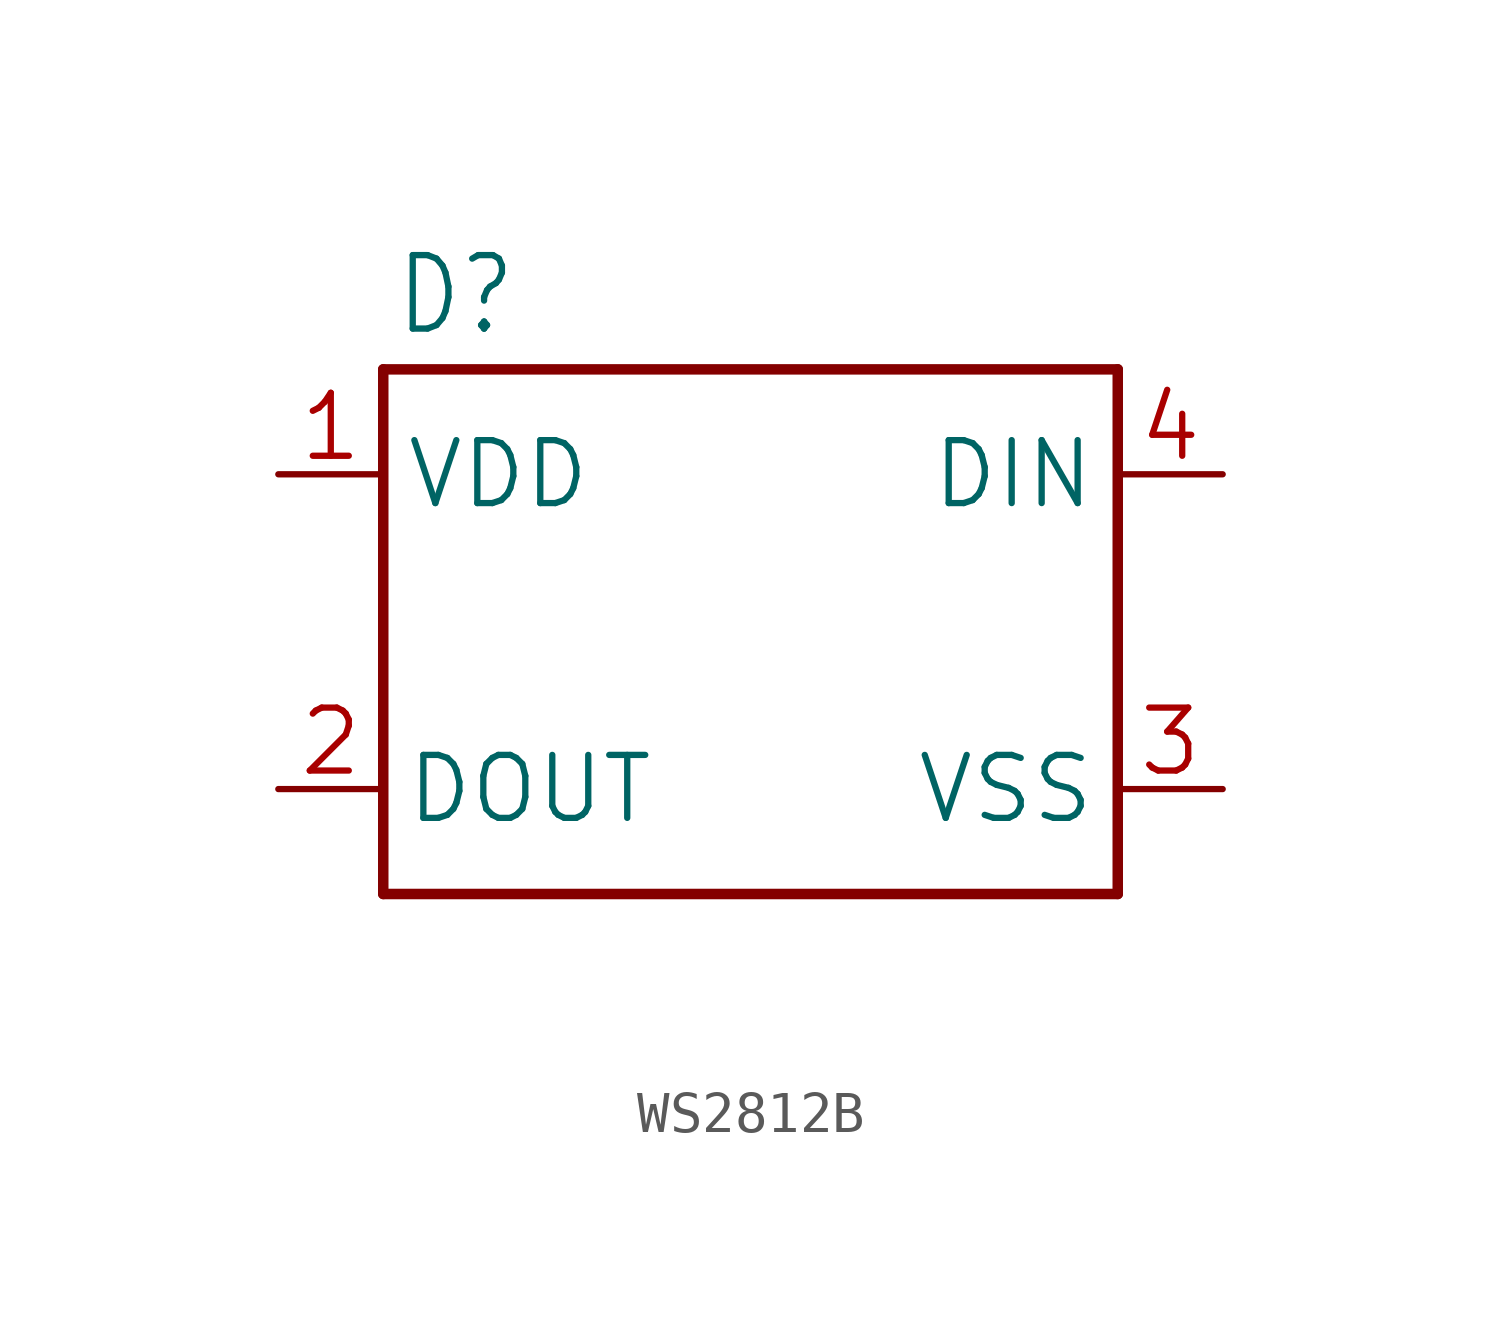
<source format=kicad_sym>
(kicad_symbol_lib
  (version 20241209)
  (generator "kicad_symbol_editor")
  (generator_version "9.0")
  (symbol "WS2812B"
    (property "Reference" "D"
      (at -2.286 8.382 0)
      (effects (font (size 1.778 1.511)) (justify left bottom)))
    (property "Value" ""
      (at -2.54 -7.62 0)
      (effects (font (size 1.778 1.511)) (justify left bottom)))
    (property "ki_locked" ""
      (at 0 0 0)
      (effects (font (size 1.27 1.27))))
    (symbol "WS2812B_1_0"
      (polyline (pts (xy -2.54 7.62) (xy -2.54 -5.08)) (stroke (width 0.254) (type solid)) (fill (type none)))
      (polyline (pts (xy -2.54 -5.08) (xy 15.24 -5.08)) (stroke (width 0.254) (type solid)) (fill (type none)))
      (polyline (pts (xy 15.24 7.62) (xy -2.54 7.62)) (stroke (width 0.254) (type solid)) (fill (type none)))
      (polyline (pts (xy 15.24 -5.08) (xy 15.24 7.62)) (stroke (width 0.254) (type solid)) (fill (type none)))
      (pin power_in line (at -5.08 5.08 0) (length 2.54) (name "VDD" (effects (font (size 1.524 1.524)))) (number "1" (effects (font (size 1.524 1.524)))))
      (pin output line (at -5.08 -2.54 0) (length 2.54) (name "DOUT" (effects (font (size 1.524 1.524)))) (number "2" (effects (font (size 1.524 1.524)))))
      (pin input line (at 17.78 5.08 180) (length 2.54) (name "DIN" (effects (font (size 1.524 1.524)))) (number "4" (effects (font (size 1.524 1.524)))))
      (pin power_in line (at 17.78 -2.54 180) (length 2.54) (name "VSS" (effects (font (size 1.524 1.524)))) (number "3" (effects (font (size 1.524 1.524))))))))
</source>
